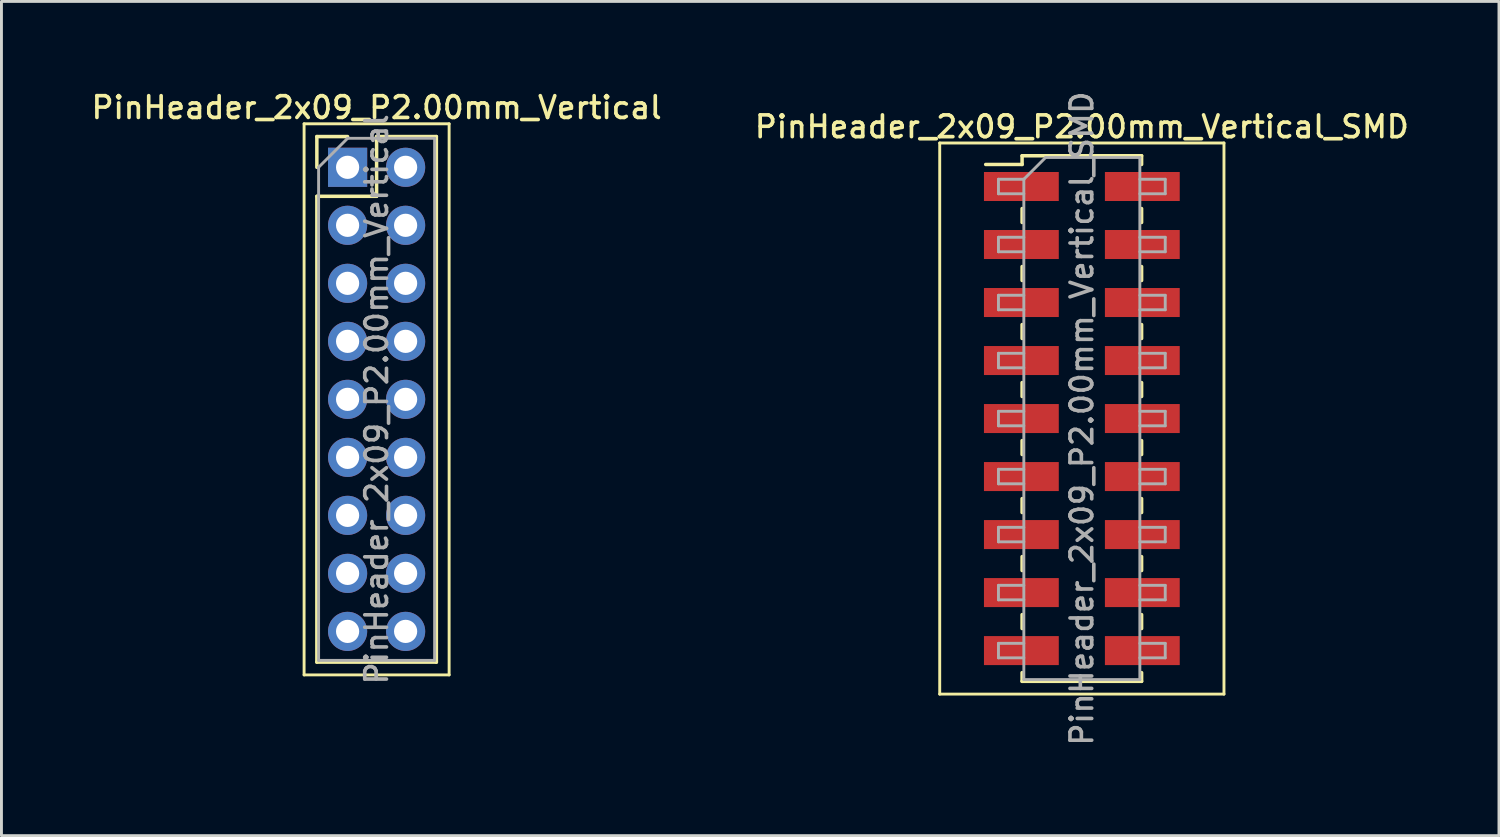
<source format=kicad_pcb>
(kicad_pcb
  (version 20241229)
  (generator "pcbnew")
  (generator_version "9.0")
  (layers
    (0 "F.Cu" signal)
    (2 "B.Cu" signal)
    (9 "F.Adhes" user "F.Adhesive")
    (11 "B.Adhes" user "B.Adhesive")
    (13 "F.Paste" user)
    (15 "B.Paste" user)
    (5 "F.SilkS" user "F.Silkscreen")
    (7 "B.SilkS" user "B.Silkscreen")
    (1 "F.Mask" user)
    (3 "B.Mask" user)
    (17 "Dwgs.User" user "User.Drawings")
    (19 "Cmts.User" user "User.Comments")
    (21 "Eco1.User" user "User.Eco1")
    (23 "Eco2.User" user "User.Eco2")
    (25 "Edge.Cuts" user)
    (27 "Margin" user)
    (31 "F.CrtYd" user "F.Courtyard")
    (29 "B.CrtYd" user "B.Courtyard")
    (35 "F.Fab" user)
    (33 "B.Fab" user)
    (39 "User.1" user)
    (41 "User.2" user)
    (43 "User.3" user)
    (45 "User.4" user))
  (footprint "PinHeader_2x09_P2.00mm_Vertical_SMD"
    (layer "F.Cu")
    (at 34.248 11.38)
    (property "Reference" "PinHeader_2x09_P2.00mm_Vertical_SMD" (at 0 -10.06 0) (layer "F.SilkS") (effects (font (size 0.75 0.75) (thickness 0.125))))
    (attr smd)
    (fp_line (start -4.9 -9.5) (end -4.9 9.5) (stroke (width 0.1) (type solid)) (layer "F.SilkS"))
    (fp_line (start -4.9 9.5) (end 4.9 9.5) (stroke (width 0.1) (type solid)) (layer "F.SilkS"))
    (fp_line (start -3.315 -8.76) (end -2.06 -8.76) (stroke (width 0.12) (type solid)) (layer "F.SilkS"))
    (fp_line (start -2.06 -9.06) (end -2.06 -8.76) (stroke (width 0.12) (type solid)) (layer "F.SilkS"))
    (fp_line (start -2.06 -9.06) (end 2.06 -9.06) (stroke (width 0.12) (type solid)) (layer "F.SilkS"))
    (fp_line (start -2.06 -7.24) (end -2.06 -6.76) (stroke (width 0.12) (type solid)) (layer "F.SilkS"))
    (fp_line (start -2.06 -5.24) (end -2.06 -4.76) (stroke (width 0.12) (type solid)) (layer "F.SilkS"))
    (fp_line (start -2.06 -3.24) (end -2.06 -2.76) (stroke (width 0.12) (type solid)) (layer "F.SilkS"))
    (fp_line (start -2.06 -1.24) (end -2.06 -0.76) (stroke (width 0.12) (type solid)) (layer "F.SilkS"))
    (fp_line (start -2.06 0.76) (end -2.06 1.24) (stroke (width 0.12) (type solid)) (layer "F.SilkS"))
    (fp_line (start -2.06 2.76) (end -2.06 3.24) (stroke (width 0.12) (type solid)) (layer "F.SilkS"))
    (fp_line (start -2.06 4.76) (end -2.06 5.24) (stroke (width 0.12) (type solid)) (layer "F.SilkS"))
    (fp_line (start -2.06 6.76) (end -2.06 7.24) (stroke (width 0.12) (type solid)) (layer "F.SilkS"))
    (fp_line (start -2.06 8.76) (end -2.06 9.06) (stroke (width 0.12) (type solid)) (layer "F.SilkS"))
    (fp_line (start -2.06 9.06) (end 2.06 9.06) (stroke (width 0.12) (type solid)) (layer "F.SilkS"))
    (fp_line (start 2.06 -9.06) (end 2.06 -8.76) (stroke (width 0.12) (type solid)) (layer "F.SilkS"))
    (fp_line (start 2.06 -7.24) (end 2.06 -6.76) (stroke (width 0.12) (type solid)) (layer "F.SilkS"))
    (fp_line (start 2.06 -5.24) (end 2.06 -4.76) (stroke (width 0.12) (type solid)) (layer "F.SilkS"))
    (fp_line (start 2.06 -3.24) (end 2.06 -2.76) (stroke (width 0.12) (type solid)) (layer "F.SilkS"))
    (fp_line (start 2.06 -1.24) (end 2.06 -0.76) (stroke (width 0.12) (type solid)) (layer "F.SilkS"))
    (fp_line (start 2.06 0.76) (end 2.06 1.24) (stroke (width 0.12) (type solid)) (layer "F.SilkS"))
    (fp_line (start 2.06 2.76) (end 2.06 3.24) (stroke (width 0.12) (type solid)) (layer "F.SilkS"))
    (fp_line (start 2.06 4.76) (end 2.06 5.24) (stroke (width 0.12) (type solid)) (layer "F.SilkS"))
    (fp_line (start 2.06 6.76) (end 2.06 7.24) (stroke (width 0.12) (type solid)) (layer "F.SilkS"))
    (fp_line (start 2.06 8.76) (end 2.06 9.06) (stroke (width 0.12) (type solid)) (layer "F.SilkS"))
    (fp_line (start 4.9 -9.5) (end -4.9 -9.5) (stroke (width 0.1) (type solid)) (layer "F.SilkS"))
    (fp_line (start 4.9 9.5) (end 4.9 -9.5) (stroke (width 0.1) (type solid)) (layer "F.SilkS"))
    (fp_line (start -2.875 -8.25) (end -2.875 -7.75) (stroke (width 0.1) (type solid)) (layer "F.Fab"))
    (fp_line (start -2.875 -7.75) (end -2 -7.75) (stroke (width 0.1) (type solid)) (layer "F.Fab"))
    (fp_line (start -2.875 -6.25) (end -2.875 -5.75) (stroke (width 0.1) (type solid)) (layer "F.Fab"))
    (fp_line (start -2.875 -5.75) (end -2 -5.75) (stroke (width 0.1) (type solid)) (layer "F.Fab"))
    (fp_line (start -2.875 -4.25) (end -2.875 -3.75) (stroke (width 0.1) (type solid)) (layer "F.Fab"))
    (fp_line (start -2.875 -3.75) (end -2 -3.75) (stroke (width 0.1) (type solid)) (layer "F.Fab"))
    (fp_line (start -2.875 -2.25) (end -2.875 -1.75) (stroke (width 0.1) (type solid)) (layer "F.Fab"))
    (fp_line (start -2.875 -1.75) (end -2 -1.75) (stroke (width 0.1) (type solid)) (layer "F.Fab"))
    (fp_line (start -2.875 -0.25) (end -2.875 0.25) (stroke (width 0.1) (type solid)) (layer "F.Fab"))
    (fp_line (start -2.875 0.25) (end -2 0.25) (stroke (width 0.1) (type solid)) (layer "F.Fab"))
    (fp_line (start -2.875 1.75) (end -2.875 2.25) (stroke (width 0.1) (type solid)) (layer "F.Fab"))
    (fp_line (start -2.875 2.25) (end -2 2.25) (stroke (width 0.1) (type solid)) (layer "F.Fab"))
    (fp_line (start -2.875 3.75) (end -2.875 4.25) (stroke (width 0.1) (type solid)) (layer "F.Fab"))
    (fp_line (start -2.875 4.25) (end -2 4.25) (stroke (width 0.1) (type solid)) (layer "F.Fab"))
    (fp_line (start -2.875 5.75) (end -2.875 6.25) (stroke (width 0.1) (type solid)) (layer "F.Fab"))
    (fp_line (start -2.875 6.25) (end -2 6.25) (stroke (width 0.1) (type solid)) (layer "F.Fab"))
    (fp_line (start -2.875 7.75) (end -2.875 8.25) (stroke (width 0.1) (type solid)) (layer "F.Fab"))
    (fp_line (start -2.875 8.25) (end -2 8.25) (stroke (width 0.1) (type solid)) (layer "F.Fab"))
    (fp_line (start -2 -8.25) (end -2.875 -8.25) (stroke (width 0.1) (type solid)) (layer "F.Fab"))
    (fp_line (start -2 -8.25) (end -1.25 -9) (stroke (width 0.1) (type solid)) (layer "F.Fab"))
    (fp_line (start -2 -6.25) (end -2.875 -6.25) (stroke (width 0.1) (type solid)) (layer "F.Fab"))
    (fp_line (start -2 -4.25) (end -2.875 -4.25) (stroke (width 0.1) (type solid)) (layer "F.Fab"))
    (fp_line (start -2 -2.25) (end -2.875 -2.25) (stroke (width 0.1) (type solid)) (layer "F.Fab"))
    (fp_line (start -2 -0.25) (end -2.875 -0.25) (stroke (width 0.1) (type solid)) (layer "F.Fab"))
    (fp_line (start -2 1.75) (end -2.875 1.75) (stroke (width 0.1) (type solid)) (layer "F.Fab"))
    (fp_line (start -2 3.75) (end -2.875 3.75) (stroke (width 0.1) (type solid)) (layer "F.Fab"))
    (fp_line (start -2 5.75) (end -2.875 5.75) (stroke (width 0.1) (type solid)) (layer "F.Fab"))
    (fp_line (start -2 7.75) (end -2.875 7.75) (stroke (width 0.1) (type solid)) (layer "F.Fab"))
    (fp_line (start -2 9) (end -2 -8.25) (stroke (width 0.1) (type solid)) (layer "F.Fab"))
    (fp_line (start -1.25 -9) (end 2 -9) (stroke (width 0.1) (type solid)) (layer "F.Fab"))
    (fp_line (start 2 -9) (end 2 9) (stroke (width 0.1) (type solid)) (layer "F.Fab"))
    (fp_line (start 2 -8.25) (end 2.875 -8.25) (stroke (width 0.1) (type solid)) (layer "F.Fab"))
    (fp_line (start 2 -6.25) (end 2.875 -6.25) (stroke (width 0.1) (type solid)) (layer "F.Fab"))
    (fp_line (start 2 -4.25) (end 2.875 -4.25) (stroke (width 0.1) (type solid)) (layer "F.Fab"))
    (fp_line (start 2 -2.25) (end 2.875 -2.25) (stroke (width 0.1) (type solid)) (layer "F.Fab"))
    (fp_line (start 2 -0.25) (end 2.875 -0.25) (stroke (width 0.1) (type solid)) (layer "F.Fab"))
    (fp_line (start 2 1.75) (end 2.875 1.75) (stroke (width 0.1) (type solid)) (layer "F.Fab"))
    (fp_line (start 2 3.75) (end 2.875 3.75) (stroke (width 0.1) (type solid)) (layer "F.Fab"))
    (fp_line (start 2 5.75) (end 2.875 5.75) (stroke (width 0.1) (type solid)) (layer "F.Fab"))
    (fp_line (start 2 7.75) (end 2.875 7.75) (stroke (width 0.1) (type solid)) (layer "F.Fab"))
    (fp_line (start 2 9) (end -2 9) (stroke (width 0.1) (type solid)) (layer "F.Fab"))
    (fp_line (start 2.875 -8.25) (end 2.875 -7.75) (stroke (width 0.1) (type solid)) (layer "F.Fab"))
    (fp_line (start 2.875 -7.75) (end 2 -7.75) (stroke (width 0.1) (type solid)) (layer "F.Fab"))
    (fp_line (start 2.875 -6.25) (end 2.875 -5.75) (stroke (width 0.1) (type solid)) (layer "F.Fab"))
    (fp_line (start 2.875 -5.75) (end 2 -5.75) (stroke (width 0.1) (type solid)) (layer "F.Fab"))
    (fp_line (start 2.875 -4.25) (end 2.875 -3.75) (stroke (width 0.1) (type solid)) (layer "F.Fab"))
    (fp_line (start 2.875 -3.75) (end 2 -3.75) (stroke (width 0.1) (type solid)) (layer "F.Fab"))
    (fp_line (start 2.875 -2.25) (end 2.875 -1.75) (stroke (width 0.1) (type solid)) (layer "F.Fab"))
    (fp_line (start 2.875 -1.75) (end 2 -1.75) (stroke (width 0.1) (type solid)) (layer "F.Fab"))
    (fp_line (start 2.875 -0.25) (end 2.875 0.25) (stroke (width 0.1) (type solid)) (layer "F.Fab"))
    (fp_line (start 2.875 0.25) (end 2 0.25) (stroke (width 0.1) (type solid)) (layer "F.Fab"))
    (fp_line (start 2.875 1.75) (end 2.875 2.25) (stroke (width 0.1) (type solid)) (layer "F.Fab"))
    (fp_line (start 2.875 2.25) (end 2 2.25) (stroke (width 0.1) (type solid)) (layer "F.Fab"))
    (fp_line (start 2.875 3.75) (end 2.875 4.25) (stroke (width 0.1) (type solid)) (layer "F.Fab"))
    (fp_line (start 2.875 4.25) (end 2 4.25) (stroke (width 0.1) (type solid)) (layer "F.Fab"))
    (fp_line (start 2.875 5.75) (end 2.875 6.25) (stroke (width 0.1) (type solid)) (layer "F.Fab"))
    (fp_line (start 2.875 6.25) (end 2 6.25) (stroke (width 0.1) (type solid)) (layer "F.Fab"))
    (fp_line (start 2.875 7.75) (end 2.875 8.25) (stroke (width 0.1) (type solid)) (layer "F.Fab"))
    (fp_line (start 2.875 8.25) (end 2 8.25) (stroke (width 0.1) (type solid)) (layer "F.Fab"))
    (fp_text user "${REFERENCE}" (at 0 0 90) (layer "F.Fab") (effects (font (size 0.75 0.75) (thickness 0.125))))
    (pad "1" smd rect (at -2.085 -8) (size 2.58 1) (layers "F.Cu" "F.Mask" "F.Paste"))
    (pad "2" smd rect (at 2.085 -8) (size 2.58 1) (layers "F.Cu" "F.Mask" "F.Paste"))
    (pad "3" smd rect (at -2.085 -6) (size 2.58 1) (layers "F.Cu" "F.Mask" "F.Paste"))
    (pad "4" smd rect (at 2.085 -6) (size 2.58 1) (layers "F.Cu" "F.Mask" "F.Paste"))
    (pad "5" smd rect (at -2.085 -4) (size 2.58 1) (layers "F.Cu" "F.Mask" "F.Paste"))
    (pad "6" smd rect (at 2.085 -4) (size 2.58 1) (layers "F.Cu" "F.Mask" "F.Paste"))
    (pad "7" smd rect (at -2.085 -2) (size 2.58 1) (layers "F.Cu" "F.Mask" "F.Paste"))
    (pad "8" smd rect (at 2.085 -2) (size 2.58 1) (layers "F.Cu" "F.Mask" "F.Paste"))
    (pad "9" smd rect (at -2.085 0) (size 2.58 1) (layers "F.Cu" "F.Mask" "F.Paste"))
    (pad "10" smd rect (at 2.085 0) (size 2.58 1) (layers "F.Cu" "F.Mask" "F.Paste"))
    (pad "11" smd rect (at -2.085 2) (size 2.58 1) (layers "F.Cu" "F.Mask" "F.Paste"))
    (pad "12" smd rect (at 2.085 2) (size 2.58 1) (layers "F.Cu" "F.Mask" "F.Paste"))
    (pad "13" smd rect (at -2.085 4) (size 2.58 1) (layers "F.Cu" "F.Mask" "F.Paste"))
    (pad "14" smd rect (at 2.085 4) (size 2.58 1) (layers "F.Cu" "F.Mask" "F.Paste"))
    (pad "15" smd rect (at -2.085 6) (size 2.58 1) (layers "F.Cu" "F.Mask" "F.Paste"))
    (pad "16" smd rect (at 2.085 6) (size 2.58 1) (layers "F.Cu" "F.Mask" "F.Paste"))
    (pad "17" smd rect (at -2.085 8) (size 2.58 1) (layers "F.Cu" "F.Mask" "F.Paste"))
    (pad "18" smd rect (at 2.085 8) (size 2.58 1) (layers "F.Cu" "F.Mask" "F.Paste")))
  (footprint "PinHeader_2x09_P2.00mm_Vertical"
    (layer "F.Cu")
    (at 8.934 2.718)
    (property "Reference" "PinHeader_2x09_P2.00mm_Vertical" (at 1 -2.06 0) (layer "F.SilkS") (effects (font (size 0.75 0.75) (thickness 0.125))))
    (attr through_hole)
    (fp_line (start -1.5 -1.5) (end -1.5 17.5) (stroke (width 0.1) (type solid)) (layer "F.SilkS"))
    (fp_line (start -1.5 17.5) (end 3.5 17.5) (stroke (width 0.1) (type solid)) (layer "F.SilkS"))
    (fp_line (start -1.06 -1.06) (end 0 -1.06) (stroke (width 0.12) (type solid)) (layer "F.SilkS"))
    (fp_line (start -1.06 0) (end -1.06 -1.06) (stroke (width 0.12) (type solid)) (layer "F.SilkS"))
    (fp_line (start -1.06 1) (end -1.06 17.06) (stroke (width 0.12) (type solid)) (layer "F.SilkS"))
    (fp_line (start -1.06 1) (end 1 1) (stroke (width 0.12) (type solid)) (layer "F.SilkS"))
    (fp_line (start -1.06 17.06) (end 3.06 17.06) (stroke (width 0.12) (type solid)) (layer "F.SilkS"))
    (fp_line (start 1 -1.06) (end 3.06 -1.06) (stroke (width 0.12) (type solid)) (layer "F.SilkS"))
    (fp_line (start 1 1) (end 1 -1.06) (stroke (width 0.12) (type solid)) (layer "F.SilkS"))
    (fp_line (start 3.06 -1.06) (end 3.06 17.06) (stroke (width 0.12) (type solid)) (layer "F.SilkS"))
    (fp_line (start 3.5 -1.5) (end -1.5 -1.5) (stroke (width 0.1) (type solid)) (layer "F.SilkS"))
    (fp_line (start 3.5 17.5) (end 3.5 -1.5) (stroke (width 0.1) (type solid)) (layer "F.SilkS"))
    (fp_line (start -1 0) (end 0 -1) (stroke (width 0.1) (type solid)) (layer "F.Fab"))
    (fp_line (start -1 17) (end -1 0) (stroke (width 0.1) (type solid)) (layer "F.Fab"))
    (fp_line (start 0 -1) (end 3 -1) (stroke (width 0.1) (type solid)) (layer "F.Fab"))
    (fp_line (start 3 -1) (end 3 17) (stroke (width 0.1) (type solid)) (layer "F.Fab"))
    (fp_line (start 3 17) (end -1 17) (stroke (width 0.1) (type solid)) (layer "F.Fab"))
    (fp_text user "${REFERENCE}" (at 1 8 90) (layer "F.Fab") (effects (font (size 0.75 0.75) (thickness 0.125))))
    (pad "1" thru_hole rect (at 0 0) (size 1.35 1.35) (drill 0.8) (layers "*.Cu" "*.Mask"))
    (pad "2" thru_hole oval (at 2 0) (size 1.35 1.35) (drill 0.8) (layers "*.Cu" "*.Mask"))
    (pad "3" thru_hole oval (at 0 2) (size 1.35 1.35) (drill 0.8) (layers "*.Cu" "*.Mask"))
    (pad "4" thru_hole oval (at 2 2) (size 1.35 1.35) (drill 0.8) (layers "*.Cu" "*.Mask"))
    (pad "5" thru_hole oval (at 0 4) (size 1.35 1.35) (drill 0.8) (layers "*.Cu" "*.Mask"))
    (pad "6" thru_hole oval (at 2 4) (size 1.35 1.35) (drill 0.8) (layers "*.Cu" "*.Mask"))
    (pad "7" thru_hole oval (at 0 6) (size 1.35 1.35) (drill 0.8) (layers "*.Cu" "*.Mask"))
    (pad "8" thru_hole oval (at 2 6) (size 1.35 1.35) (drill 0.8) (layers "*.Cu" "*.Mask"))
    (pad "9" thru_hole oval (at 0 8) (size 1.35 1.35) (drill 0.8) (layers "*.Cu" "*.Mask"))
    (pad "10" thru_hole oval (at 2 8) (size 1.35 1.35) (drill 0.8) (layers "*.Cu" "*.Mask"))
    (pad "11" thru_hole oval (at 0 10) (size 1.35 1.35) (drill 0.8) (layers "*.Cu" "*.Mask"))
    (pad "12" thru_hole oval (at 2 10) (size 1.35 1.35) (drill 0.8) (layers "*.Cu" "*.Mask"))
    (pad "13" thru_hole oval (at 0 12) (size 1.35 1.35) (drill 0.8) (layers "*.Cu" "*.Mask"))
    (pad "14" thru_hole oval (at 2 12) (size 1.35 1.35) (drill 0.8) (layers "*.Cu" "*.Mask"))
    (pad "15" thru_hole oval (at 0 14) (size 1.35 1.35) (drill 0.8) (layers "*.Cu" "*.Mask"))
    (pad "16" thru_hole oval (at 2 14) (size 1.35 1.35) (drill 0.8) (layers "*.Cu" "*.Mask"))
    (pad "17" thru_hole oval (at 0 16) (size 1.35 1.35) (drill 0.8) (layers "*.Cu" "*.Mask"))
    (pad "18" thru_hole oval (at 2 16) (size 1.35 1.35) (drill 0.8) (layers "*.Cu" "*.Mask")))
  (gr_rect
    (start -3 -3)
    (end 48.629 25.761)
    (stroke (width 0.1) (type default))
    (fill no)
    (layer "Edge.Cuts")))
</source>
